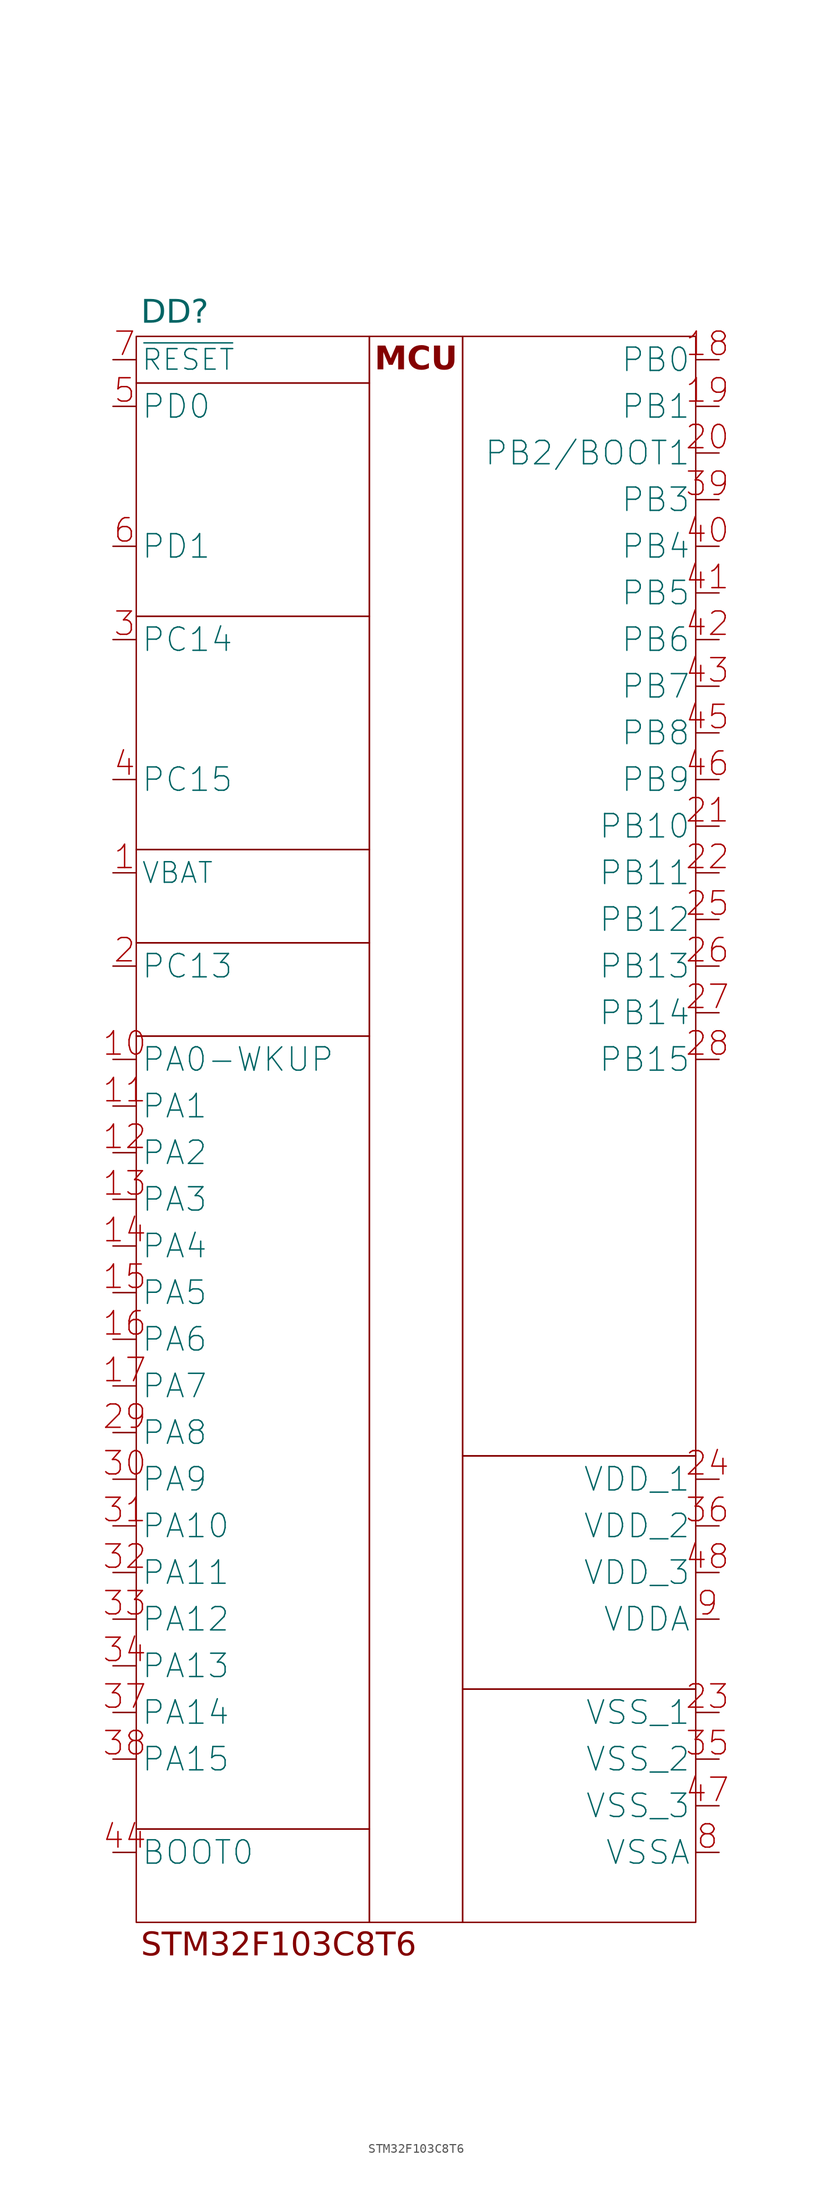
<source format=kicad_sym>
(kicad_symbol_lib
  (version 20220914)
  (generator kicad_symbol_editor)
  (symbol "STM32F103C8T6"
    (pin_names
      (offset 0.5))
    (property "Reference" "DD"
      (at 3 5 0)
      (effects (font (face "GOST type A") (size 2.5 2.5) italic) (justify left)))
    (property "Value" ""
      (at 6 15.5 0)
      (effects (font (size 1.27 1.27))))
    (symbol "STM32F103C8T6_0_1"
      (rectangle (start 2.5 -157.5) (end 27.5 -167.5) (stroke (width 0) (type default)) (fill (type none)))
      (rectangle (start 2.5 -72.5) (end 27.5 -157.5) (stroke (width 0) (type default)) (fill (type none)))
      (rectangle (start 2.5 -62.5) (end 27.5 -72.5) (stroke (width 0) (type default)) (fill (type none)))
      (rectangle (start 2.5 -52.5) (end 27.5 -62.5) (stroke (width 0) (type default)) (fill (type none)))
      (rectangle (start 2.5 -27.5) (end 27.5 -52.5) (stroke (width 0) (type default)) (fill (type none)))
      (rectangle (start 2.5 -2.5) (end 27.5 -27.5) (stroke (width 0) (type default)) (fill (type none)))
      (rectangle (start 2.5 2.5) (end 27.5 -2.5) (stroke (width 0) (type default)) (fill (type none)))
      (rectangle (start 27.5 2.5) (end 37.5 -167.5) (stroke (width 0) (type default)) (fill (type none)))
      (rectangle (start 37.5 -142.5) (end 62.5 -167.5) (stroke (width 0) (type default)) (fill (type none)))
      (rectangle (start 37.5 -117.5) (end 62.5 -142.5) (stroke (width 0) (type default)) (fill (type none)))
      (rectangle (start 37.5 2.5) (end 62.5 -117.5) (stroke (width 0) (type default)) (fill (type none))))
    (symbol "STM32F103C8T6_1_1"
      (text "MCU\n" (at 32.5 0 0) (effects (font (face "GOST type A") (size 2.5 2.5) bold)))
      (text "STM32F103C8T6" (at 3 -170 0) (effects (font (face "GOST type A") (size 2.5 2.5) italic) (justify left)))
      (pin input line (at 0 -55 0) (length 2.5) (name "VBAT" (effects (font (size 2.2 2.2)))) (number "1" (effects (font (size 2.5 2.5)))))
      (pin bidirectional line (at 0 -75 0) (length 2.5) (name "PA0-WKUP" (effects (font (size 2.5 2.5)))) (number "10" (effects (font (size 2.5 2.5)))) (alternate "ADC12_IN0" bidirectional line) (alternate "TIM2_CH1_ETR" bidirectional line) (alternate "USART2_CTS" bidirectional line))
      (pin bidirectional line (at 0 -80 0) (length 2.5) (name "PA1" (effects (font (size 2.5 2.5)))) (number "11" (effects (font (size 2.5 2.5)))) (alternate "ADC12_IN1" bidirectional line) (alternate "TIM2_CH2" bidirectional line) (alternate "USART2_RTS" bidirectional line))
      (pin bidirectional line (at 0 -85 0) (length 2.5) (name "PA2" (effects (font (size 2.5 2.5)))) (number "12" (effects (font (size 2.5 2.5)))) (alternate "ADC12_IN2" bidirectional line) (alternate "TIM2_CH3" bidirectional line) (alternate "USART2_TX" bidirectional line))
      (pin bidirectional line (at 0 -90 0) (length 2.5) (name "PA3" (effects (font (size 2.5 2.5)))) (number "13" (effects (font (size 2.5 2.5)))) (alternate "ADC12_IN3" bidirectional line) (alternate "TIM2_CH4" bidirectional line) (alternate "USART2_RX" bidirectional line))
      (pin bidirectional line (at 0 -95 0) (length 2.5) (name "PA4" (effects (font (size 2.5 2.5)))) (number "14" (effects (font (size 2.5 2.5)))) (alternate "ADC12_IN4" bidirectional line) (alternate "SPI1_NSS" bidirectional line) (alternate "USART2_CK" bidirectional line))
      (pin bidirectional line (at 0 -100 0) (length 2.5) (name "PA5" (effects (font (size 2.5 2.5)))) (number "15" (effects (font (size 2.5 2.5)))) (alternate "ADC12_IN5" bidirectional line) (alternate "SPI1_SCK" bidirectional line))
      (pin bidirectional line (at 0 -105 0) (length 2.5) (name "PA6" (effects (font (size 2.5 2.5)))) (number "16" (effects (font (size 2.5 2.5)))) (alternate "ADC12_IN6" bidirectional line) (alternate "SPI1_MISO" bidirectional line) (alternate "TIM1_BKIN" bidirectional line) (alternate "TIM3_CH1" bidirectional line))
      (pin bidirectional line (at 0 -110 0) (length 2.5) (name "PA7" (effects (font (size 2.5 2.5)))) (number "17" (effects (font (size 2.5 2.5)))) (alternate "ADC12_IN7" bidirectional line) (alternate "SPI1_MOSI" bidirectional line) (alternate "TIM1_CH1N" bidirectional line) (alternate "TIM3_CH2" bidirectional line))
      (pin bidirectional line (at 65 0 180) (length 2.5) (name "PB0" (effects (font (size 2.5 2.5)))) (number "18" (effects (font (size 2.5 2.5)))) (alternate "ADC12_IN8" bidirectional line) (alternate "TIM1_CH2N" bidirectional line) (alternate "TIM3_CH3" bidirectional line))
      (pin bidirectional line (at 65 -5 180) (length 2.5) (name "PB1" (effects (font (size 2.5 2.5)))) (number "19" (effects (font (size 2.5 2.5)))) (alternate "ADC12_IN9" bidirectional line) (alternate "TIM1_CH3N" bidirectional line) (alternate "TIM3_CH4" bidirectional line))
      (pin bidirectional line (at 0 -65 0) (length 2.5) (name "PC13" (effects (font (size 2.5 2.5)))) (number "2" (effects (font (size 2.5 2.5)))) (alternate "TAMPER-RTC" bidirectional line))
      (pin bidirectional line (at 65 -10 180) (length 2.5) (name "PB2/BOOT1" (effects (font (size 2.5 2.5)))) (number "20" (effects (font (size 2.5 2.5)))))
      (pin bidirectional line (at 65 -50 180) (length 2.5) (name "PB10" (effects (font (size 2.5 2.5)))) (number "21" (effects (font (size 2.5 2.5)))) (alternate "I2C2_SCL" bidirectional line) (alternate "TIM2_CH3" bidirectional line) (alternate "USART3_TX" bidirectional line))
      (pin bidirectional line (at 65 -55 180) (length 2.5) (name "PB11" (effects (font (size 2.5 2.5)))) (number "22" (effects (font (size 2.5 2.5)))) (alternate "I2C2_SDA" bidirectional line) (alternate "TIM2_CH4" bidirectional line) (alternate "USART3_RX" bidirectional line))
      (pin power_in line (at 65 -145 180) (length 2.5) (name "VSS_1" (effects (font (size 2.5 2.5)))) (number "23" (effects (font (size 2.5 2.5)))) (alternate "ADC12_IN7" bidirectional line) (alternate "ETH_MII_RX_DV" bidirectional line) (alternate "ETH_RMII_CRS_DV" bidirectional line) (alternate "SPI1_MOSI" bidirectional line) (alternate "TIM144_CH1" bidirectional line) (alternate "TIM1_CH1N" bidirectional line) (alternate "TIM3_CH2" bidirectional line) (alternate "TIM8_CH1N" bidirectional line))
      (pin power_in line (at 65 -120 180) (length 2.5) (name "VDD_1" (effects (font (size 2.5 2.5)))) (number "24" (effects (font (size 2.5 2.5)))) (alternate "ADC12_IN14" bidirectional line) (alternate "ETH_MII_RXD0" bidirectional line) (alternate "ETH_RMII_RXD0" bidirectional line))
      (pin bidirectional line (at 65 -60 180) (length 2.5) (name "PB12" (effects (font (size 2.5 2.5)))) (number "25" (effects (font (size 2.5 2.5)))) (alternate "I2C2_SMBAl" bidirectional line) (alternate "SPI2_NSS" bidirectional line) (alternate "TIM1_BKIN" bidirectional line) (alternate "USART3_CK" bidirectional line))
      (pin bidirectional line (at 65 -65 180) (length 2.5) (name "PB13" (effects (font (size 2.5 2.5)))) (number "26" (effects (font (size 2.5 2.5)))) (alternate "SPI2_SCK" bidirectional line) (alternate "TIM1_CH1N" bidirectional line) (alternate "USART3_CTS" bidirectional line))
      (pin bidirectional line (at 65 -70 180) (length 2.5) (name "PB14" (effects (font (size 2.5 2.5)))) (number "27" (effects (font (size 2.5 2.5)))) (alternate "SPI2_MISO" bidirectional line) (alternate "TIM1_CH2N" bidirectional line) (alternate "USART3_RTS" bidirectional line))
      (pin bidirectional line (at 65 -75 180) (length 2.5) (name "PB15" (effects (font (size 2.5 2.5)))) (number "28" (effects (font (size 2.5 2.5)))) (alternate "SPI2_MOSI" bidirectional line) (alternate "TIM1_CH3N" bidirectional line))
      (pin bidirectional line (at 0 -115 0) (length 2.5) (name "PA8" (effects (font (size 2.5 2.5)))) (number "29" (effects (font (size 2.5 2.5)))) (alternate "MCO" bidirectional line) (alternate "TIM1_CH1" bidirectional line) (alternate "USART1_CK" bidirectional line))
      (pin bidirectional line (at 0 -30 0) (length 2.5) (name "PC14" (effects (font (size 2.5 2.5)))) (number "3" (effects (font (size 2.5 2.5)))) (alternate "OSC32_IN" bidirectional line))
      (pin bidirectional line (at 0 -120 0) (length 2.5) (name "PA9" (effects (font (size 2.5 2.5)))) (number "30" (effects (font (size 2.5 2.5)))) (alternate "TIM1_CH2" bidirectional line) (alternate "USART1_TX" bidirectional line))
      (pin bidirectional line (at 0 -125 0) (length 2.5) (name "PA10" (effects (font (size 2.5 2.5)))) (number "31" (effects (font (size 2.5 2.5)))) (alternate "TIM1_CH3" bidirectional line) (alternate "USART1_RX" bidirectional line))
      (pin bidirectional line (at 0 -130 0) (length 2.5) (name "PA11" (effects (font (size 2.5 2.5)))) (number "32" (effects (font (size 2.5 2.5)))) (alternate "CANRX" bidirectional line) (alternate "TIM1_CH4" bidirectional line) (alternate "USART1_CTS" bidirectional line) (alternate "USBDM" bidirectional line))
      (pin bidirectional line (at 0 -135 0) (length 2.5) (name "PA12" (effects (font (size 2.5 2.5)))) (number "33" (effects (font (size 2.5 2.5)))) (alternate "CANTX" bidirectional line) (alternate "TIM1_ETR" bidirectional line) (alternate "USART1_RTS" bidirectional line) (alternate "USBDP" bidirectional line))
      (pin bidirectional line (at 0 -140 0) (length 2.5) (name "PA13" (effects (font (size 2.5 2.5)))) (number "34" (effects (font (size 2.5 2.5)))) (alternate "JTMS" bidirectional line) (alternate "SWDIO" bidirectional line))
      (pin power_in line (at 65 -150 180) (length 2.5) (name "VSS_2" (effects (font (size 2.5 2.5)))) (number "35" (effects (font (size 2.5 2.5)))) (alternate "OTG_HS_DM" bidirectional line) (alternate "SPI2_MISO" bidirectional line) (alternate "TIM12_CH1" bidirectional line) (alternate "TIM1_CH2N" bidirectional line) (alternate "TIM8_CH2N" bidirectional line) (alternate "USART3_RTS" bidirectional line))
      (pin bidirectional line (at 65 -125 180) (length 2.5) (name "VDD_2" (effects (font (size 2.5 2.5)))) (number "36" (effects (font (size 2.5 2.5)))) (alternate "I2S2_SD" bidirectional line) (alternate "OTG_HS_DP" bidirectional line) (alternate "RTC_50Hz" bidirectional line) (alternate "SPI2_MOSI" bidirectional line) (alternate "TIM12_CH2" bidirectional line) (alternate "TIM1_CH3N" bidirectional line) (alternate "TIM8_CH3N" bidirectional line))
      (pin bidirectional line (at 0 -145 0) (length 2.5) (name "PA14" (effects (font (size 2.5 2.5)))) (number "37" (effects (font (size 2.5 2.5)))) (alternate "JTCK" bidirectional line) (alternate "SWCLK" bidirectional line))
      (pin bidirectional line (at 0 -150 0) (length 2.5) (name "PA15" (effects (font (size 2.5 2.5)))) (number "38" (effects (font (size 2.5 2.5)))) (alternate "JTDI" bidirectional line) (alternate "SPI1_NSS" bidirectional line) (alternate "TIM2_CH1_ETR" bidirectional line))
      (pin bidirectional line (at 65 -15 180) (length 2.5) (name "PB3" (effects (font (size 2.5 2.5)))) (number "39" (effects (font (size 2.5 2.5)))) (alternate "JTDO" bidirectional line) (alternate "SPI1_SCK" bidirectional line) (alternate "TIM2_CH2" bidirectional line) (alternate "TRACESWO" bidirectional line))
      (pin bidirectional line (at 0 -45 0) (length 2.5) (name "PC15" (effects (font (size 2.5 2.5)))) (number "4" (effects (font (size 2.5 2.5)))) (alternate "OSC32_OUT" bidirectional line))
      (pin bidirectional line (at 65 -20 180) (length 2.5) (name "PB4" (effects (font (size 2.5 2.5)))) (number "40" (effects (font (size 2.5 2.5)))) (alternate "JNTRST" bidirectional line) (alternate "SPI1_MISO" bidirectional line) (alternate "TIM3_CH1" bidirectional line))
      (pin bidirectional line (at 65 -25 180) (length 2.5) (name "PB5" (effects (font (size 2.5 2.5)))) (number "41" (effects (font (size 2.5 2.5)))) (alternate "I2C1_SMBAl" bidirectional line) (alternate "SPI1_MOSI" bidirectional line) (alternate "TIM3_CH2" bidirectional line))
      (pin bidirectional line (at 65 -30 180) (length 2.5) (name "PB6" (effects (font (size 2.5 2.5)))) (number "42" (effects (font (size 2.5 2.5)))) (alternate "I2C1_SCL" bidirectional line) (alternate "TIM4_CH1" bidirectional line) (alternate "USART1_TX" bidirectional line))
      (pin bidirectional line (at 65 -35 180) (length 2.5) (name "PB7" (effects (font (size 2.5 2.5)))) (number "43" (effects (font (size 2.5 2.5)))) (alternate "I2C1_SDA" bidirectional line) (alternate "TIM4_CH2" bidirectional line) (alternate "USART1_RX" bidirectional line))
      (pin bidirectional line (at 0 -160 0) (length 2.5) (name "BOOT0" (effects (font (size 2.5 2.5)))) (number "44" (effects (font (size 2.5 2.5)))) (alternate "CAN1_RX" bidirectional line) (alternate "OTG_FS_DM" bidirectional line) (alternate "TIM1_CH4" bidirectional line) (alternate "USART1_CTS" bidirectional line))
      (pin bidirectional line (at 65 -40 180) (length 2.5) (name "PB8" (effects (font (size 2.5 2.5)))) (number "45" (effects (font (size 2.5 2.5)))) (alternate "CANRX" bidirectional line) (alternate "I2C1_SCL" bidirectional line) (alternate "TIM4_CH3" bidirectional line))
      (pin bidirectional line (at 65 -45 180) (length 2.5) (name "PB9" (effects (font (size 2.5 2.5)))) (number "46" (effects (font (size 2.5 2.5)))) (alternate "CANTX" bidirectional line) (alternate "I2C1_SDA" bidirectional line) (alternate "TIM4_CH4" bidirectional line))
      (pin power_in line (at 65 -155 180) (length 2.5) (name "VSS_3" (effects (font (size 2.5 2.5)))) (number "47" (effects (font (size 2.5 2.5)))))
      (pin power_in line (at 65 -130 180) (length 2.5) (name "VDD_3" (effects (font (size 2.5 2.5)))) (number "48" (effects (font (size 2.5 2.5)))))
      (pin bidirectional line (at 0 -5 0) (length 2.5) (name "PD0" (effects (font (size 2.5 2.5)))) (number "5" (effects (font (size 2.5 2.5)))) (alternate "OSC_IN" bidirectional line))
      (pin bidirectional line (at 0 -20 0) (length 2.5) (name "PD1" (effects (font (size 2.5 2.5)))) (number "6" (effects (font (size 2.5 2.5)))) (alternate "OSC_OUT" bidirectional line))
      (pin input line (at 0 0 0) (length 2.5) (name "~{RESET}" (effects (font (size 2.2 2.2)))) (number "7" (effects (font (size 2.5 2.5)))))
      (pin power_in line (at 65 -160 180) (length 2.5) (name "VSSA" (effects (font (size 2.5 2.5)))) (number "8" (effects (font (size 2.5 2.5)))) (alternate "ADC123_IN10" bidirectional line) (alternate "OTG_HS_ULPI_STP" bidirectional line))
      (pin power_in line (at 65 -135 180) (length 2.5) (name "VDDA" (effects (font (size 2.5 2.5)))) (number "9" (effects (font (size 2.5 2.5)))) (alternate "ADC123_IN11" bidirectional line) (alternate "ETH_MDC" bidirectional line)))))
</source>
